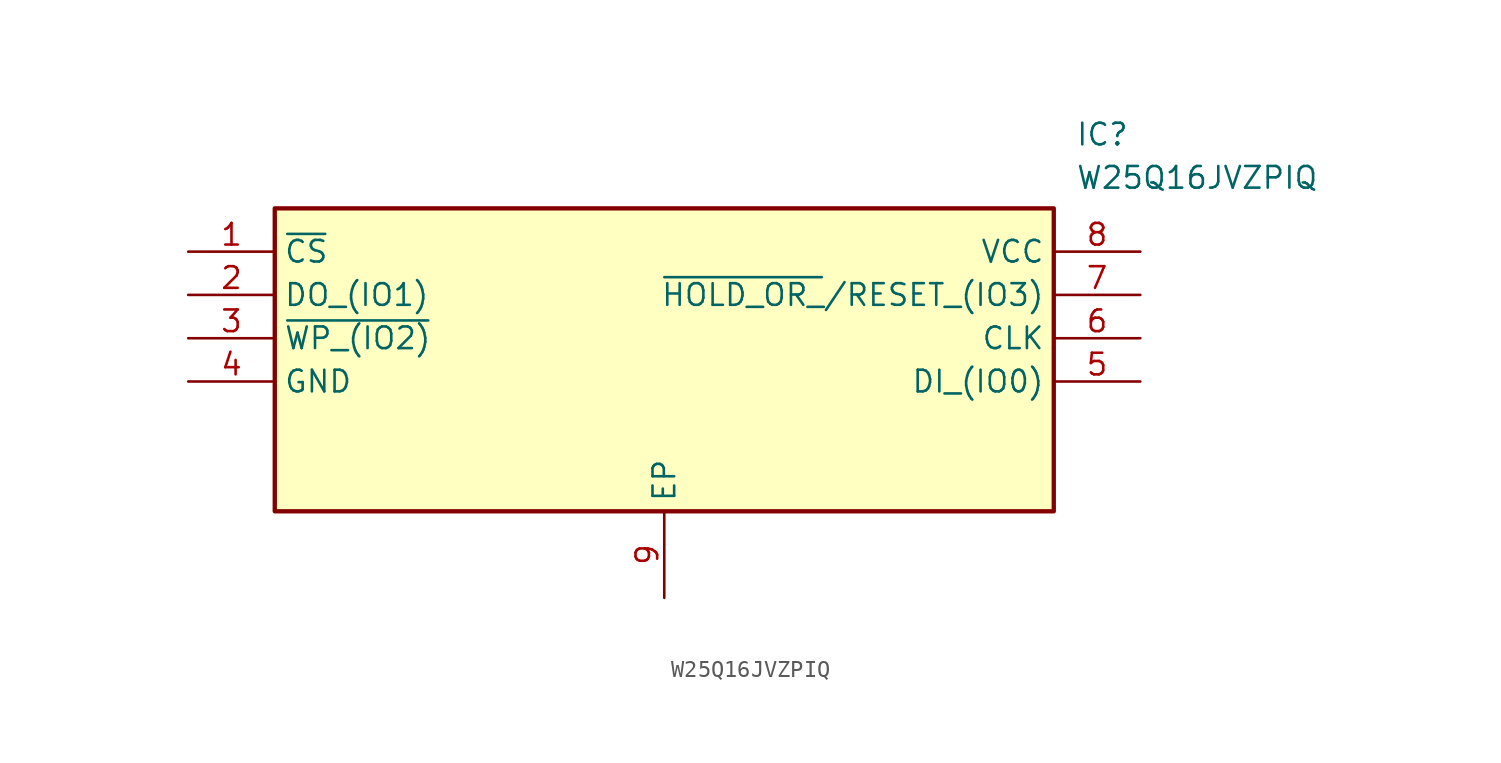
<source format=kicad_sym>
(kicad_symbol_lib
  (version 20211014)
  (generator SamacSys_ECAD_Model)
  (symbol "W25Q16JVZPIQ"
    (property "Reference" "IC"
      (at 52.07 7.62 0)
      (effects (font (size 1.27 1.27)) (justify left top)))
    (property "Value" "W25Q16JVZPIQ"
      (at 52.07 5.08 0)
      (effects (font (size 1.27 1.27)) (justify left top)))
    (rectangle
      (start 5.08 2.54)
      (end 50.8 -15.24)
      (stroke (width 0.254) (type default))
      (fill (type background)))
    (pin passive line
      (at 0 0 0)
      (length 5.08)
      (name "~{CS}" (effects (font (size 1.27 1.27))))
      (number "1" (effects (font (size 1.27 1.27)))))
    (pin passive line
      (at 0 -2.54 0)
      (length 5.08)
      (name "DO_(IO1)" (effects (font (size 1.27 1.27))))
      (number "2" (effects (font (size 1.27 1.27)))))
    (pin passive line
      (at 0 -5.08 0)
      (length 5.08)
      (name "~{WP_(IO2)}" (effects (font (size 1.27 1.27))))
      (number "3" (effects (font (size 1.27 1.27)))))
    (pin passive line
      (at 0 -7.62 0)
      (length 5.08)
      (name "GND" (effects (font (size 1.27 1.27))))
      (number "4" (effects (font (size 1.27 1.27)))))
    (pin passive line
      (at 27.94 -20.32 90)
      (length 5.08)
      (name "EP" (effects (font (size 1.27 1.27))))
      (number "9" (effects (font (size 1.27 1.27)))))
    (pin passive line
      (at 55.88 0 180)
      (length 5.08)
      (name "VCC" (effects (font (size 1.27 1.27))))
      (number "8" (effects (font (size 1.27 1.27)))))
    (pin passive line
      (at 55.88 -2.54 180)
      (length 5.08)
      (name "~{HOLD_OR_}/RESET_(IO3)" (effects (font (size 1.27 1.27))))
      (number "7" (effects (font (size 1.27 1.27)))))
    (pin passive line
      (at 55.88 -5.08 180)
      (length 5.08)
      (name "CLK" (effects (font (size 1.27 1.27))))
      (number "6" (effects (font (size 1.27 1.27)))))
    (pin passive line
      (at 55.88 -7.62 180)
      (length 5.08)
      (name "DI_(IO0)" (effects (font (size 1.27 1.27))))
      (number "5" (effects (font (size 1.27 1.27)))))))
</source>
